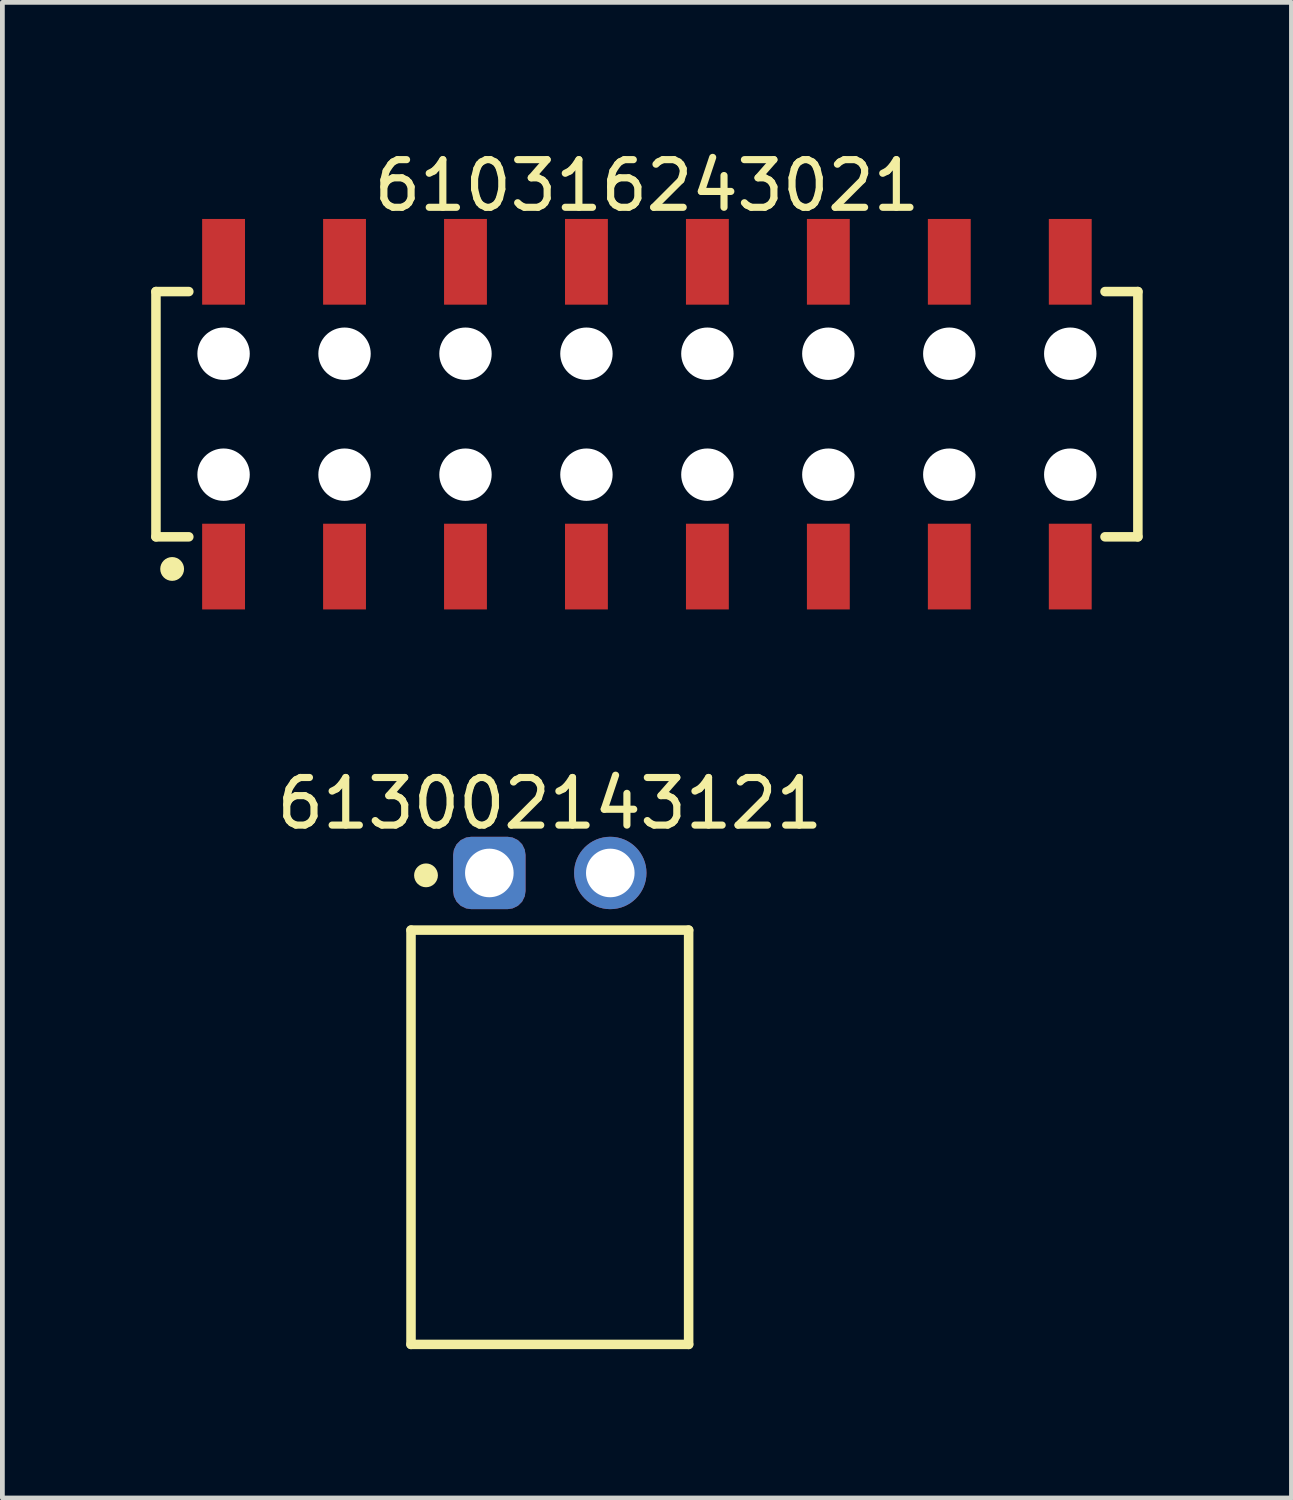
<source format=kicad_pcb>
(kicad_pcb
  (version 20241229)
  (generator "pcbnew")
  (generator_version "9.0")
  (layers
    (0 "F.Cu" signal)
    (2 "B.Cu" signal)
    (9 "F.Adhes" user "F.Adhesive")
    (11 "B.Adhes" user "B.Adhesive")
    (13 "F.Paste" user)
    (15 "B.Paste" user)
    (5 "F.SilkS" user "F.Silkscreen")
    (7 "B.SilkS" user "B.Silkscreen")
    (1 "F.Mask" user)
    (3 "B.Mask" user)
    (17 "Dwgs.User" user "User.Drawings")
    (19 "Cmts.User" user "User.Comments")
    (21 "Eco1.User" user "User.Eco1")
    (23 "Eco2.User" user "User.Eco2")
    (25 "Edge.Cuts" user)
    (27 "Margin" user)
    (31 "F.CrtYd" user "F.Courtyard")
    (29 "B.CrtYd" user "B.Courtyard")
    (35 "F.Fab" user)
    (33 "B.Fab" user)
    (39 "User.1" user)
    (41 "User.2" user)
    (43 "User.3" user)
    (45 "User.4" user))
  (footprint "613002143121"
    (layer "F.Cu")
    (at 8.496 20.832)
    (property "Reference" "613002143121" (at 0 -7.01 0) (layer "F.SilkS") (effects (font (size 1 1) (thickness 0.15))))
    (fp_line (start -2.915 -4.35) (end 2.915 -4.35) (stroke (width 0.2) (type solid)) (layer "F.SilkS"))
    (fp_line (start -2.915 4.35) (end -2.915 -4.35) (stroke (width 0.2) (type solid)) (layer "F.SilkS"))
    (fp_line (start -2.915 4.35) (end 2.915 4.35) (stroke (width 0.2) (type solid)) (layer "F.SilkS"))
    (fp_line (start 2.915 4.35) (end 2.915 -4.35) (stroke (width 0.2) (type solid)) (layer "F.SilkS"))
    (fp_circle (center -2.6 -5.5) (end -2.6 -5.625) (stroke (width 0.25) (type solid)) (fill no) (layer "F.SilkS"))
    (fp_line (start -3.115 -6.51) (end 3.115 -6.51) (stroke (width 0.05) (type solid)) (layer "Eco2.User"))
    (fp_line (start -3.115 4.55) (end -3.115 -6.51) (stroke (width 0.05) (type solid)) (layer "Eco2.User"))
    (fp_line (start -3.115 4.55) (end 3.115 4.55) (stroke (width 0.05) (type solid)) (layer "Eco2.User"))
    (fp_line (start -2.79 -4.25) (end 2.79 -4.25) (stroke (width 0.1) (type solid)) (layer "Eco2.User"))
    (fp_line (start -2.79 4.25) (end -2.79 -4.25) (stroke (width 0.1) (type solid)) (layer "Eco2.User"))
    (fp_line (start -2.79 4.25) (end 2.79 4.25) (stroke (width 0.1) (type solid)) (layer "Eco2.User"))
    (fp_line (start -1.64 -5.75) (end -0.9 -5.75) (stroke (width 0.1) (type solid)) (layer "Eco2.User"))
    (fp_line (start -1.64 -4.25) (end -1.64 -5.75) (stroke (width 0.1) (type solid)) (layer "Eco2.User"))
    (fp_line (start -0.9 -4.25) (end -0.9 -5.75) (stroke (width 0.1) (type solid)) (layer "Eco2.User"))
    (fp_line (start -0.5 0) (end 0.5 0) (stroke (width 0.05) (type solid)) (layer "Eco2.User"))
    (fp_line (start 0 0.5) (end 0 -0.5) (stroke (width 0.05) (type solid)) (layer "Eco2.User"))
    (fp_line (start 0.9 -5.75) (end 1.64 -5.75) (stroke (width 0.1) (type solid)) (layer "Eco2.User"))
    (fp_line (start 0.9 -4.25) (end 0.9 -5.75) (stroke (width 0.1) (type solid)) (layer "Eco2.User"))
    (fp_line (start 1.64 -4.25) (end 1.64 -5.75) (stroke (width 0.1) (type solid)) (layer "Eco2.User"))
    (fp_line (start 2.79 4.25) (end 2.79 -4.25) (stroke (width 0.1) (type solid)) (layer "Eco2.User"))
    (fp_line (start 3.115 4.55) (end 3.115 -6.51) (stroke (width 0.05) (type solid)) (layer "Eco2.User"))
    (fp_text user "${REFERENCE}" (at 0.15 -0.197 0) (unlocked yes) (layer "User.3") (effects (font (size 1.5 1.5) (thickness 0.15))))
    (pad "1" thru_hole roundrect (at -1.27 -5.55) (size 1.52 1.52) (drill 1.02) (layers "*.Cu" "*.Mask") (roundrect_rratio 0.25))
    (pad "2" thru_hole circle (at 1.27 -5.55) (size 1.52 1.52) (drill 1.02) (layers "*.Cu" "*.Mask")))
  (footprint "610316243021"
    (layer "F.Cu")
    (at 10.535 5.648)
    (property "Reference" "610316243021" (at 0 -4.8 0) (layer "F.SilkS") (effects (font (size 1 1) (thickness 0.15))))
    (fp_line (start -10.31 -2.575) (end -9.62 -2.575) (stroke (width 0.2) (type solid)) (layer "F.SilkS"))
    (fp_line (start -10.31 2.575) (end -10.31 -2.575) (stroke (width 0.2) (type solid)) (layer "F.SilkS"))
    (fp_line (start -10.31 2.575) (end -9.62 2.575) (stroke (width 0.2) (type solid)) (layer "F.SilkS"))
    (fp_line (start 9.62 -2.575) (end 10.31 -2.575) (stroke (width 0.2) (type solid)) (layer "F.SilkS"))
    (fp_line (start 9.62 2.575) (end 10.31 2.575) (stroke (width 0.2) (type solid)) (layer "F.SilkS"))
    (fp_line (start 10.31 2.575) (end 10.31 -2.575) (stroke (width 0.2) (type solid)) (layer "F.SilkS"))
    (fp_circle (center -9.97 3.25) (end -9.97 3.125) (stroke (width 0.25) (type solid)) (fill no) (layer "F.SilkS"))
    (fp_line (start -10.51 -4.3) (end 10.51 -4.3) (stroke (width 0.05) (type solid)) (layer "Eco2.User"))
    (fp_line (start -10.51 4.3) (end -10.51 -4.3) (stroke (width 0.05) (type solid)) (layer "Eco2.User"))
    (fp_line (start -10.51 4.3) (end 10.51 4.3) (stroke (width 0.05) (type solid)) (layer "Eco2.User"))
    (fp_line (start -10.16 -2.5) (end 10.16 -2.5) (stroke (width 0.1) (type solid)) (layer "Eco2.User"))
    (fp_line (start -10.16 2.5) (end -10.16 -2.5) (stroke (width 0.1) (type solid)) (layer "Eco2.User"))
    (fp_line (start -10.16 2.5) (end 10.16 2.5) (stroke (width 0.1) (type solid)) (layer "Eco2.User"))
    (fp_line (start -9.14 -3.6) (end -8.64 -3.6) (stroke (width 0.1) (type solid)) (layer "Eco2.User"))
    (fp_line (start -9.14 -2.5) (end -9.14 -3.6) (stroke (width 0.1) (type solid)) (layer "Eco2.User"))
    (fp_line (start -9.14 3.6) (end -9.14 2.5) (stroke (width 0.1) (type solid)) (layer "Eco2.User"))
    (fp_line (start -9.14 3.6) (end -8.64 3.6) (stroke (width 0.1) (type solid)) (layer "Eco2.User"))
    (fp_line (start -8.64 -2.5) (end -8.64 -3.6) (stroke (width 0.1) (type solid)) (layer "Eco2.User"))
    (fp_line (start -8.64 3.6) (end -8.64 2.5) (stroke (width 0.1) (type solid)) (layer "Eco2.User"))
    (fp_line (start -6.6 -3.6) (end -6.1 -3.6) (stroke (width 0.1) (type solid)) (layer "Eco2.User"))
    (fp_line (start -6.6 -2.5) (end -6.6 -3.6) (stroke (width 0.1) (type solid)) (layer "Eco2.User"))
    (fp_line (start -6.6 3.6) (end -6.6 2.5) (stroke (width 0.1) (type solid)) (layer "Eco2.User"))
    (fp_line (start -6.6 3.6) (end -6.1 3.6) (stroke (width 0.1) (type solid)) (layer "Eco2.User"))
    (fp_line (start -6.1 -2.5) (end -6.1 -3.6) (stroke (width 0.1) (type solid)) (layer "Eco2.User"))
    (fp_line (start -6.1 3.6) (end -6.1 2.5) (stroke (width 0.1) (type solid)) (layer "Eco2.User"))
    (fp_line (start -4.06 -3.6) (end -3.56 -3.6) (stroke (width 0.1) (type solid)) (layer "Eco2.User"))
    (fp_line (start -4.06 -2.5) (end -4.06 -3.6) (stroke (width 0.1) (type solid)) (layer "Eco2.User"))
    (fp_line (start -4.06 3.6) (end -4.06 2.5) (stroke (width 0.1) (type solid)) (layer "Eco2.User"))
    (fp_line (start -4.06 3.6) (end -3.56 3.6) (stroke (width 0.1) (type solid)) (layer "Eco2.User"))
    (fp_line (start -3.56 -2.5) (end -3.56 -3.6) (stroke (width 0.1) (type solid)) (layer "Eco2.User"))
    (fp_line (start -3.56 3.6) (end -3.56 2.5) (stroke (width 0.1) (type solid)) (layer "Eco2.User"))
    (fp_line (start -1.52 -3.6) (end -1.02 -3.6) (stroke (width 0.1) (type solid)) (layer "Eco2.User"))
    (fp_line (start -1.52 -2.5) (end -1.52 -3.6) (stroke (width 0.1) (type solid)) (layer "Eco2.User"))
    (fp_line (start -1.52 3.6) (end -1.52 2.5) (stroke (width 0.1) (type solid)) (layer "Eco2.User"))
    (fp_line (start -1.52 3.6) (end -1.02 3.6) (stroke (width 0.1) (type solid)) (layer "Eco2.User"))
    (fp_line (start -1.02 -2.5) (end -1.02 -3.6) (stroke (width 0.1) (type solid)) (layer "Eco2.User"))
    (fp_line (start -1.02 3.6) (end -1.02 2.5) (stroke (width 0.1) (type solid)) (layer "Eco2.User"))
    (fp_line (start -0.5 0) (end 0.5 0) (stroke (width 0.05) (type solid)) (layer "Eco2.User"))
    (fp_line (start 0 0.5) (end 0 -0.5) (stroke (width 0.05) (type solid)) (layer "Eco2.User"))
    (fp_line (start 1.02 -3.6) (end 1.52 -3.6) (stroke (width 0.1) (type solid)) (layer "Eco2.User"))
    (fp_line (start 1.02 -2.5) (end 1.02 -3.6) (stroke (width 0.1) (type solid)) (layer "Eco2.User"))
    (fp_line (start 1.02 3.6) (end 1.02 2.5) (stroke (width 0.1) (type solid)) (layer "Eco2.User"))
    (fp_line (start 1.02 3.6) (end 1.52 3.6) (stroke (width 0.1) (type solid)) (layer "Eco2.User"))
    (fp_line (start 1.52 -2.5) (end 1.52 -3.6) (stroke (width 0.1) (type solid)) (layer "Eco2.User"))
    (fp_line (start 1.52 3.6) (end 1.52 2.5) (stroke (width 0.1) (type solid)) (layer "Eco2.User"))
    (fp_line (start 3.56 -3.6) (end 4.06 -3.6) (stroke (width 0.1) (type solid)) (layer "Eco2.User"))
    (fp_line (start 3.56 -2.5) (end 3.56 -3.6) (stroke (width 0.1) (type solid)) (layer "Eco2.User"))
    (fp_line (start 3.56 3.6) (end 3.56 2.5) (stroke (width 0.1) (type solid)) (layer "Eco2.User"))
    (fp_line (start 3.56 3.6) (end 4.06 3.6) (stroke (width 0.1) (type solid)) (layer "Eco2.User"))
    (fp_line (start 4.06 -2.5) (end 4.06 -3.6) (stroke (width 0.1) (type solid)) (layer "Eco2.User"))
    (fp_line (start 4.06 3.6) (end 4.06 2.5) (stroke (width 0.1) (type solid)) (layer "Eco2.User"))
    (fp_line (start 6.1 -3.6) (end 6.6 -3.6) (stroke (width 0.1) (type solid)) (layer "Eco2.User"))
    (fp_line (start 6.1 -2.5) (end 6.1 -3.6) (stroke (width 0.1) (type solid)) (layer "Eco2.User"))
    (fp_line (start 6.1 3.6) (end 6.1 2.5) (stroke (width 0.1) (type solid)) (layer "Eco2.User"))
    (fp_line (start 6.1 3.6) (end 6.6 3.6) (stroke (width 0.1) (type solid)) (layer "Eco2.User"))
    (fp_line (start 6.6 -2.5) (end 6.6 -3.6) (stroke (width 0.1) (type solid)) (layer "Eco2.User"))
    (fp_line (start 6.6 3.6) (end 6.6 2.5) (stroke (width 0.1) (type solid)) (layer "Eco2.User"))
    (fp_line (start 8.64 -3.6) (end 9.14 -3.6) (stroke (width 0.1) (type solid)) (layer "Eco2.User"))
    (fp_line (start 8.64 -2.5) (end 8.64 -3.6) (stroke (width 0.1) (type solid)) (layer "Eco2.User"))
    (fp_line (start 8.64 3.6) (end 8.64 2.5) (stroke (width 0.1) (type solid)) (layer "Eco2.User"))
    (fp_line (start 8.64 3.6) (end 9.14 3.6) (stroke (width 0.1) (type solid)) (layer "Eco2.User"))
    (fp_line (start 9.14 -2.5) (end 9.14 -3.6) (stroke (width 0.1) (type solid)) (layer "Eco2.User"))
    (fp_line (start 9.14 3.6) (end 9.14 2.5) (stroke (width 0.1) (type solid)) (layer "Eco2.User"))
    (fp_line (start 10.16 2.5) (end 10.16 -2.5) (stroke (width 0.1) (type solid)) (layer "Eco2.User"))
    (fp_line (start 10.51 4.3) (end 10.51 -4.3) (stroke (width 0.05) (type solid)) (layer "Eco2.User"))
    (fp_text user "${REFERENCE}" (at 0.15 -0.197 0) (unlocked yes) (layer "User.3") (effects (font (size 1.5 1.5) (thickness 0.15))))
    (pad "" np_thru_hole circle (at -8.89 -1.27) (size 1.1 1.1) (drill 1.1) (layers "*.Cu" "*.Mask"))
    (pad "" np_thru_hole circle (at -8.89 1.27) (size 1.1 1.1) (drill 1.1) (layers "*.Cu" "*.Mask"))
    (pad "" np_thru_hole circle (at -6.35 -1.27) (size 1.1 1.1) (drill 1.1) (layers "*.Cu" "*.Mask"))
    (pad "" np_thru_hole circle (at -6.35 1.27) (size 1.1 1.1) (drill 1.1) (layers "*.Cu" "*.Mask"))
    (pad "" np_thru_hole circle (at -3.81 -1.27) (size 1.1 1.1) (drill 1.1) (layers "*.Cu" "*.Mask"))
    (pad "" np_thru_hole circle (at -3.81 1.27) (size 1.1 1.1) (drill 1.1) (layers "*.Cu" "*.Mask"))
    (pad "" np_thru_hole circle (at -1.27 -1.27) (size 1.1 1.1) (drill 1.1) (layers "*.Cu" "*.Mask"))
    (pad "" np_thru_hole circle (at -1.27 1.27) (size 1.1 1.1) (drill 1.1) (layers "*.Cu" "*.Mask"))
    (pad "" np_thru_hole circle (at 1.27 -1.27) (size 1.1 1.1) (drill 1.1) (layers "*.Cu" "*.Mask"))
    (pad "" np_thru_hole circle (at 1.27 1.27) (size 1.1 1.1) (drill 1.1) (layers "*.Cu" "*.Mask"))
    (pad "" np_thru_hole circle (at 3.81 -1.27) (size 1.1 1.1) (drill 1.1) (layers "*.Cu" "*.Mask"))
    (pad "" np_thru_hole circle (at 3.81 1.27) (size 1.1 1.1) (drill 1.1) (layers "*.Cu" "*.Mask"))
    (pad "" np_thru_hole circle (at 6.35 -1.27) (size 1.1 1.1) (drill 1.1) (layers "*.Cu" "*.Mask"))
    (pad "" np_thru_hole circle (at 6.35 1.27) (size 1.1 1.1) (drill 1.1) (layers "*.Cu" "*.Mask"))
    (pad "" np_thru_hole circle (at 8.89 -1.27) (size 1.1 1.1) (drill 1.1) (layers "*.Cu" "*.Mask"))
    (pad "" np_thru_hole circle (at 8.89 1.27) (size 1.1 1.1) (drill 1.1) (layers "*.Cu" "*.Mask"))
    (pad "1" smd rect (at -8.89 3.2) (size 0.9 1.8) (layers "F.Cu" "F.Mask" "F.Paste"))
    (pad "2" smd rect (at -8.89 -3.2) (size 0.9 1.8) (layers "F.Cu" "F.Mask" "F.Paste"))
    (pad "3" smd rect (at -6.35 3.2) (size 0.9 1.8) (layers "F.Cu" "F.Mask" "F.Paste"))
    (pad "4" smd rect (at -6.35 -3.2) (size 0.9 1.8) (layers "F.Cu" "F.Mask" "F.Paste"))
    (pad "5" smd rect (at -3.81 3.2) (size 0.9 1.8) (layers "F.Cu" "F.Mask" "F.Paste"))
    (pad "6" smd rect (at -3.81 -3.2) (size 0.9 1.8) (layers "F.Cu" "F.Mask" "F.Paste"))
    (pad "7" smd rect (at -1.27 3.2) (size 0.9 1.8) (layers "F.Cu" "F.Mask" "F.Paste"))
    (pad "8" smd rect (at -1.27 -3.2) (size 0.9 1.8) (layers "F.Cu" "F.Mask" "F.Paste"))
    (pad "9" smd rect (at 1.27 3.2) (size 0.9 1.8) (layers "F.Cu" "F.Mask" "F.Paste"))
    (pad "10" smd rect (at 1.27 -3.2) (size 0.9 1.8) (layers "F.Cu" "F.Mask" "F.Paste"))
    (pad "11" smd rect (at 3.81 3.2) (size 0.9 1.8) (layers "F.Cu" "F.Mask" "F.Paste"))
    (pad "12" smd rect (at 3.81 -3.2) (size 0.9 1.8) (layers "F.Cu" "F.Mask" "F.Paste"))
    (pad "13" smd rect (at 6.35 3.2) (size 0.9 1.8) (layers "F.Cu" "F.Mask" "F.Paste"))
    (pad "14" smd rect (at 6.35 -3.2) (size 0.9 1.8) (layers "F.Cu" "F.Mask" "F.Paste"))
    (pad "15" smd rect (at 8.89 3.2) (size 0.9 1.8) (layers "F.Cu" "F.Mask" "F.Paste"))
    (pad "16" smd rect (at 8.89 -3.2) (size 0.9 1.8) (layers "F.Cu" "F.Mask" "F.Paste")))
  (gr_rect
    (start -3 -3)
    (end 24.07 28.407)
    (stroke (width 0.1) (type default))
    (fill no)
    (layer "Edge.Cuts")))
</source>
